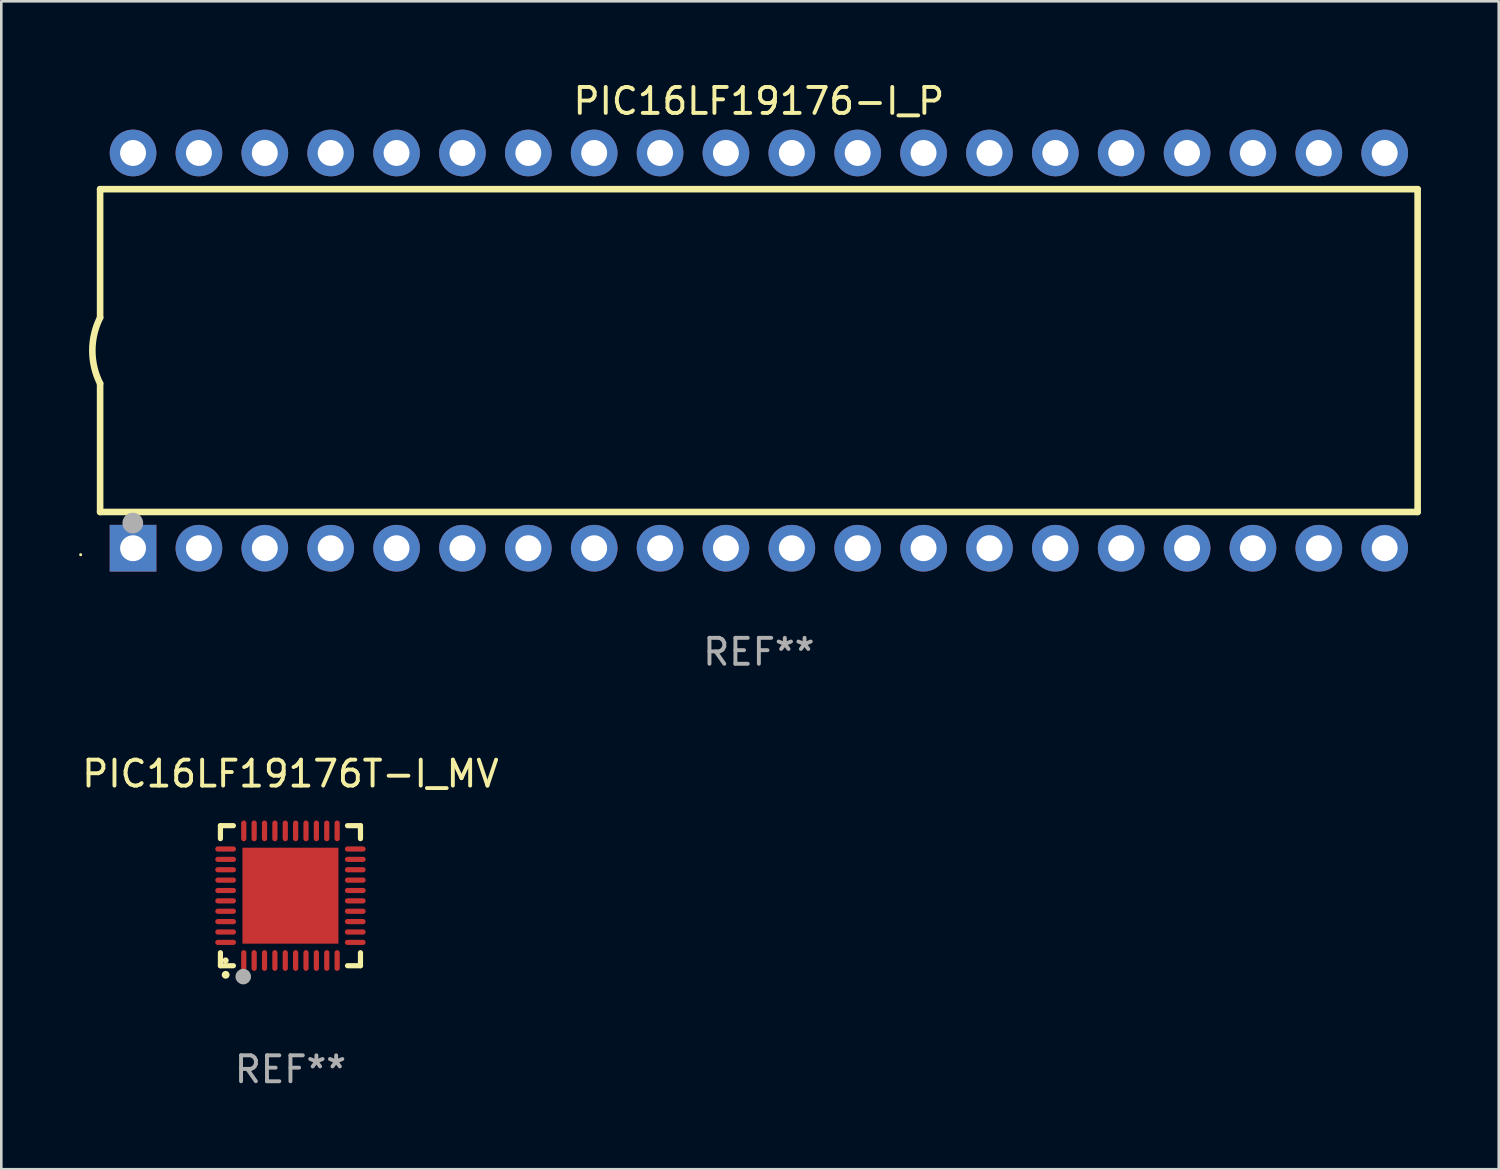
<source format=kicad_pcb>
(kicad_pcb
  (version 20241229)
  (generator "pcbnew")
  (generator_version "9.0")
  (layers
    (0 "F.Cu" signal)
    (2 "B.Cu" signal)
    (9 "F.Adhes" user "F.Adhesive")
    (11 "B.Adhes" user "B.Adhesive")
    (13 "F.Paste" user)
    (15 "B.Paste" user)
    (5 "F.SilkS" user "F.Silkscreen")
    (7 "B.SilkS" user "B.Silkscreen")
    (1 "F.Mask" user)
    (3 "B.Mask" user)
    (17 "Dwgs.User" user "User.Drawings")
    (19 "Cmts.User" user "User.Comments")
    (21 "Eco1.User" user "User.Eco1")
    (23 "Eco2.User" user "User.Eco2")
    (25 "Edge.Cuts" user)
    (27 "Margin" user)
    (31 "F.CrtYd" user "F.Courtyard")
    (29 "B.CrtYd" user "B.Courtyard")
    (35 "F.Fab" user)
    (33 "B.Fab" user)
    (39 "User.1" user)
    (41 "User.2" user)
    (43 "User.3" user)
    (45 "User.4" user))
  (footprint "PIC16LF19176-I_P"
    (layer "F.Cu")
    (at 26.21 10.468)
    (property "Reference" "PIC16LF19176-I_P" (at 0 -9.62 0) (layer "F.SilkS") (effects (font (size 1 1) (thickness 0.15))))
    (attr through_hole)
    (fp_line (start -25.4 -6.224) (end -25.4 -1.271) (stroke (width 0.254) (type solid)) (layer "F.SilkS"))
    (fp_line (start -25.4 -6.224) (end 25.4 -6.224) (stroke (width 0.254) (type solid)) (layer "F.SilkS"))
    (fp_line (start -25.4 1.269) (end -25.4 6.222) (stroke (width 0.254) (type solid)) (layer "F.SilkS"))
    (fp_line (start -25.4 6.222) (end 25.4 6.222) (stroke (width 0.254) (type solid)) (layer "F.SilkS"))
    (fp_line (start 25.4 6.222) (end 25.4 -6.224) (stroke (width 0.254) (type solid)) (layer "F.SilkS"))
    (fp_arc (start -25.4 1.269241) (mid -25.699807 -0.000762) (end -25.4 -1.270765) (stroke (width 0.254001) (type solid)) (layer "F.SilkS"))
    (fp_circle (center -26.15 7.87) (end -26.12 7.87) (stroke (width 0.06) (type solid)) (fill no) (layer "F.SilkS"))
    (fp_circle (center -24.14 6.65) (end -23.94 6.65) (stroke (width 0.4) (type solid)) (fill no) (layer "F.Fab"))
    (fp_text user "REF**" (at 0 11.62 0) (layer "F.Fab") (effects (font (size 1 1) (thickness 0.15))))
    (pad "1" thru_hole rect (at -24.13 7.62 90) (size 1.8 1.8) (drill 1) (layers "*.Cu" "*.Mask"))
    (pad "2" thru_hole circle (at -21.59 7.62) (size 1.8 1.8) (drill 1) (layers "*.Cu" "*.Mask"))
    (pad "3" thru_hole circle (at -19.05 7.62) (size 1.8 1.8) (drill 1) (layers "*.Cu" "*.Mask"))
    (pad "4" thru_hole circle (at -16.51 7.62) (size 1.8 1.8) (drill 1) (layers "*.Cu" "*.Mask"))
    (pad "5" thru_hole circle (at -13.97 7.62) (size 1.8 1.8) (drill 1) (layers "*.Cu" "*.Mask"))
    (pad "6" thru_hole circle (at -11.43 7.62) (size 1.8 1.8) (drill 1) (layers "*.Cu" "*.Mask"))
    (pad "7" thru_hole circle (at -8.89 7.62) (size 1.8 1.8) (drill 1) (layers "*.Cu" "*.Mask"))
    (pad "8" thru_hole circle (at -6.35 7.62) (size 1.8 1.8) (drill 1) (layers "*.Cu" "*.Mask"))
    (pad "9" thru_hole circle (at -3.81 7.62) (size 1.8 1.8) (drill 1) (layers "*.Cu" "*.Mask"))
    (pad "10" thru_hole circle (at -1.27 7.62) (size 1.8 1.8) (drill 1) (layers "*.Cu" "*.Mask"))
    (pad "11" thru_hole circle (at 1.27 7.62) (size 1.8 1.8) (drill 1) (layers "*.Cu" "*.Mask"))
    (pad "12" thru_hole circle (at 3.81 7.62) (size 1.8 1.8) (drill 1) (layers "*.Cu" "*.Mask"))
    (pad "13" thru_hole circle (at 6.35 7.62) (size 1.8 1.8) (drill 1) (layers "*.Cu" "*.Mask"))
    (pad "14" thru_hole circle (at 8.89 7.62) (size 1.8 1.8) (drill 1) (layers "*.Cu" "*.Mask"))
    (pad "15" thru_hole circle (at 11.43 7.62) (size 1.8 1.8) (drill 1) (layers "*.Cu" "*.Mask"))
    (pad "16" thru_hole circle (at 13.97 7.62) (size 1.8 1.8) (drill 1) (layers "*.Cu" "*.Mask"))
    (pad "17" thru_hole circle (at 16.51 7.62) (size 1.8 1.8) (drill 1) (layers "*.Cu" "*.Mask"))
    (pad "18" thru_hole circle (at 19.05 7.62) (size 1.8 1.8) (drill 1) (layers "*.Cu" "*.Mask"))
    (pad "19" thru_hole circle (at 21.59 7.62) (size 1.8 1.8) (drill 1) (layers "*.Cu" "*.Mask"))
    (pad "20" thru_hole circle (at 24.13 7.62) (size 1.8 1.8) (drill 1) (layers "*.Cu" "*.Mask"))
    (pad "21" thru_hole circle (at 24.13 -7.62) (size 1.8 1.8) (drill 1) (layers "*.Cu" "*.Mask"))
    (pad "22" thru_hole circle (at 21.59 -7.62) (size 1.8 1.8) (drill 1) (layers "*.Cu" "*.Mask"))
    (pad "23" thru_hole circle (at 19.05 -7.62) (size 1.8 1.8) (drill 1) (layers "*.Cu" "*.Mask"))
    (pad "24" thru_hole circle (at 16.51 -7.62) (size 1.8 1.8) (drill 1) (layers "*.Cu" "*.Mask"))
    (pad "25" thru_hole circle (at 13.97 -7.62) (size 1.8 1.8) (drill 1) (layers "*.Cu" "*.Mask"))
    (pad "26" thru_hole circle (at 11.43 -7.62) (size 1.8 1.8) (drill 1) (layers "*.Cu" "*.Mask"))
    (pad "27" thru_hole circle (at 8.89 -7.62) (size 1.8 1.8) (drill 1) (layers "*.Cu" "*.Mask"))
    (pad "28" thru_hole circle (at 6.35 -7.62) (size 1.8 1.8) (drill 1) (layers "*.Cu" "*.Mask"))
    (pad "29" thru_hole circle (at 3.81 -7.62) (size 1.8 1.8) (drill 1) (layers "*.Cu" "*.Mask"))
    (pad "30" thru_hole circle (at 1.27 -7.62) (size 1.8 1.8) (drill 1) (layers "*.Cu" "*.Mask"))
    (pad "31" thru_hole circle (at -1.27 -7.62) (size 1.8 1.8) (drill 1) (layers "*.Cu" "*.Mask"))
    (pad "32" thru_hole circle (at -3.81 -7.62) (size 1.8 1.8) (drill 1) (layers "*.Cu" "*.Mask"))
    (pad "33" thru_hole circle (at -6.35 -7.62) (size 1.8 1.8) (drill 1) (layers "*.Cu" "*.Mask"))
    (pad "34" thru_hole circle (at -8.89 -7.62) (size 1.8 1.8) (drill 1) (layers "*.Cu" "*.Mask"))
    (pad "35" thru_hole circle (at -11.43 -7.62) (size 1.8 1.8) (drill 1) (layers "*.Cu" "*.Mask"))
    (pad "36" thru_hole circle (at -13.97 -7.62) (size 1.8 1.8) (drill 1) (layers "*.Cu" "*.Mask"))
    (pad "37" thru_hole circle (at -16.51 -7.62) (size 1.8 1.8) (drill 1) (layers "*.Cu" "*.Mask"))
    (pad "38" thru_hole circle (at -19.05 -7.62) (size 1.8 1.8) (drill 1) (layers "*.Cu" "*.Mask"))
    (pad "39" thru_hole circle (at -21.59 -7.62) (size 1.8 1.8) (drill 1) (layers "*.Cu" "*.Mask"))
    (pad "40" thru_hole circle (at -24.13 -7.62) (size 1.8 1.8) (drill 1) (layers "*.Cu" "*.Mask")))
  (footprint "PIC16LF19176T-I_MV"
    (layer "F.Cu")
    (at 8.149 31.485)
    (property "Reference" "PIC16LF19176T-I_MV" (at 0 -4.7 0) (layer "F.SilkS") (effects (font (size 1 1) (thickness 0.15))))
    (attr through_hole)
    (fp_line (start -2.7 -2.7) (end -2.7 -2.2) (stroke (width 0.2) (type solid)) (layer "F.SilkS"))
    (fp_line (start -2.7 2.7) (end -2.7 2.2) (stroke (width 0.2) (type solid)) (layer "F.SilkS"))
    (fp_line (start -2.2 -2.7) (end -2.7 -2.7) (stroke (width 0.2) (type solid)) (layer "F.SilkS"))
    (fp_line (start -2.2 2.7) (end -2.7 2.7) (stroke (width 0.2) (type solid)) (layer "F.SilkS"))
    (fp_line (start 2.7 -2.7) (end 2.2 -2.7) (stroke (width 0.2) (type solid)) (layer "F.SilkS"))
    (fp_line (start 2.7 -2.2) (end 2.7 -2.7) (stroke (width 0.2) (type solid)) (layer "F.SilkS"))
    (fp_line (start 2.7 2.2) (end 2.7 2.7) (stroke (width 0.2) (type solid)) (layer "F.SilkS"))
    (fp_line (start 2.7 2.7) (end 2.2 2.7) (stroke (width 0.2) (type solid)) (layer "F.SilkS"))
    (fp_arc (start -2.499365 3.050546) (mid -2.498095 3.050541) (end -2.496825 3.050546) (stroke (width 0.3) (type solid)) (layer "F.SilkS"))
    (fp_circle (center -2.5 2.5) (end -2.44 2.5) (stroke (width 0.12) (type solid)) (fill no) (layer "F.SilkS"))
    (fp_circle (center -1.82 3.12) (end -1.67 3.12) (stroke (width 0.3) (type solid)) (fill no) (layer "F.Fab"))
    (fp_text user "REF**" (at 0 6.7 0) (layer "F.Fab") (effects (font (size 1 1) (thickness 0.15))))
    (pad "1" smd oval (at -1.8 2.499) (size 0.2 0.8) (layers "F.Cu" "F.Mask" "F.Paste"))
    (pad "2" smd oval (at -1.4 2.499) (size 0.2 0.8) (layers "F.Cu" "F.Mask" "F.Paste"))
    (pad "3" smd oval (at -1 2.499) (size 0.2 0.8) (layers "F.Cu" "F.Mask" "F.Paste"))
    (pad "4" smd oval (at -0.6 2.499) (size 0.2 0.8) (layers "F.Cu" "F.Mask" "F.Paste"))
    (pad "5" smd oval (at -0.2 2.499) (size 0.2 0.8) (layers "F.Cu" "F.Mask" "F.Paste"))
    (pad "6" smd oval (at 0.2 2.499) (size 0.2 0.8) (layers "F.Cu" "F.Mask" "F.Paste"))
    (pad "7" smd oval (at 0.6 2.499) (size 0.2 0.8) (layers "F.Cu" "F.Mask" "F.Paste"))
    (pad "8" smd oval (at 1 2.499) (size 0.2 0.8) (layers "F.Cu" "F.Mask" "F.Paste"))
    (pad "9" smd oval (at 1.4 2.499) (size 0.2 0.8) (layers "F.Cu" "F.Mask" "F.Paste"))
    (pad "10" smd oval (at 1.8 2.499) (size 0.2 0.8) (layers "F.Cu" "F.Mask" "F.Paste"))
    (pad "11" smd oval (at 2.499 1.8) (size 0.8 0.2) (layers "F.Cu" "F.Mask" "F.Paste"))
    (pad "12" smd oval (at 2.499 1.4) (size 0.8 0.2) (layers "F.Cu" "F.Mask" "F.Paste"))
    (pad "13" smd oval (at 2.499 1) (size 0.8 0.2) (layers "F.Cu" "F.Mask" "F.Paste"))
    (pad "14" smd oval (at 2.499 0.6) (size 0.8 0.2) (layers "F.Cu" "F.Mask" "F.Paste"))
    (pad "15" smd oval (at 2.499 0.2) (size 0.8 0.2) (layers "F.Cu" "F.Mask" "F.Paste"))
    (pad "16" smd oval (at 2.499 -0.2) (size 0.8 0.2) (layers "F.Cu" "F.Mask" "F.Paste"))
    (pad "17" smd oval (at 2.499 -0.6) (size 0.8 0.2) (layers "F.Cu" "F.Mask" "F.Paste"))
    (pad "18" smd oval (at 2.499 -1) (size 0.8 0.2) (layers "F.Cu" "F.Mask" "F.Paste"))
    (pad "19" smd oval (at 2.499 -1.4) (size 0.8 0.2) (layers "F.Cu" "F.Mask" "F.Paste"))
    (pad "20" smd oval (at 2.499 -1.8) (size 0.8 0.2) (layers "F.Cu" "F.Mask" "F.Paste"))
    (pad "21" smd oval (at 1.8 -2.499) (size 0.2 0.8) (layers "F.Cu" "F.Mask" "F.Paste"))
    (pad "22" smd oval (at 1.4 -2.499) (size 0.2 0.8) (layers "F.Cu" "F.Mask" "F.Paste"))
    (pad "23" smd oval (at 1 -2.499) (size 0.2 0.8) (layers "F.Cu" "F.Mask" "F.Paste"))
    (pad "24" smd oval (at 0.6 -2.499) (size 0.2 0.8) (layers "F.Cu" "F.Mask" "F.Paste"))
    (pad "25" smd oval (at 0.2 -2.499) (size 0.2 0.8) (layers "F.Cu" "F.Mask" "F.Paste"))
    (pad "26" smd oval (at -0.2 -2.499) (size 0.2 0.8) (layers "F.Cu" "F.Mask" "F.Paste"))
    (pad "27" smd oval (at -0.6 -2.499) (size 0.2 0.8) (layers "F.Cu" "F.Mask" "F.Paste"))
    (pad "28" smd oval (at -1 -2.499) (size 0.2 0.8) (layers "F.Cu" "F.Mask" "F.Paste"))
    (pad "29" smd oval (at -1.4 -2.499) (size 0.2 0.8) (layers "F.Cu" "F.Mask" "F.Paste"))
    (pad "30" smd oval (at -1.8 -2.499) (size 0.2 0.8) (layers "F.Cu" "F.Mask" "F.Paste"))
    (pad "31" smd oval (at -2.499 -1.8) (size 0.8 0.2) (layers "F.Cu" "F.Mask" "F.Paste"))
    (pad "32" smd oval (at -2.499 -1.4) (size 0.8 0.2) (layers "F.Cu" "F.Mask" "F.Paste"))
    (pad "33" smd oval (at -2.499 -1) (size 0.8 0.2) (layers "F.Cu" "F.Mask" "F.Paste"))
    (pad "34" smd oval (at -2.499 -0.6) (size 0.8 0.2) (layers "F.Cu" "F.Mask" "F.Paste"))
    (pad "35" smd oval (at -2.499 -0.2) (size 0.8 0.2) (layers "F.Cu" "F.Mask" "F.Paste"))
    (pad "36" smd oval (at -2.499 0.2) (size 0.8 0.2) (layers "F.Cu" "F.Mask" "F.Paste"))
    (pad "37" smd oval (at -2.499 0.6) (size 0.8 0.2) (layers "F.Cu" "F.Mask" "F.Paste"))
    (pad "38" smd oval (at -2.499 1) (size 0.8 0.2) (layers "F.Cu" "F.Mask" "F.Paste"))
    (pad "39" smd oval (at -2.499 1.4) (size 0.8 0.2) (layers "F.Cu" "F.Mask" "F.Paste"))
    (pad "40" smd oval (at -2.499 1.8) (size 0.8 0.2) (layers "F.Cu" "F.Mask" "F.Paste"))
    (pad "41" smd rect (at 0 0) (size 3.7 3.7) (layers "F.Cu" "F.Mask" "F.Paste")))
  (gr_rect
    (start -3 -3)
    (end 54.737 42.033)
    (stroke (width 0.1) (type default))
    (fill no)
    (layer "Edge.Cuts")))
</source>
